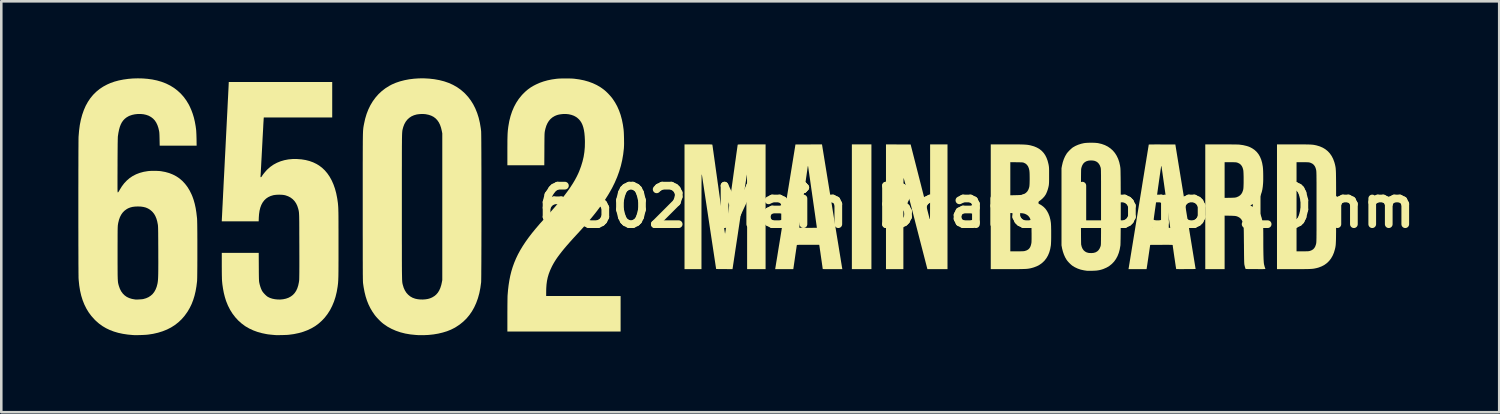
<source format=kicad_pcb>
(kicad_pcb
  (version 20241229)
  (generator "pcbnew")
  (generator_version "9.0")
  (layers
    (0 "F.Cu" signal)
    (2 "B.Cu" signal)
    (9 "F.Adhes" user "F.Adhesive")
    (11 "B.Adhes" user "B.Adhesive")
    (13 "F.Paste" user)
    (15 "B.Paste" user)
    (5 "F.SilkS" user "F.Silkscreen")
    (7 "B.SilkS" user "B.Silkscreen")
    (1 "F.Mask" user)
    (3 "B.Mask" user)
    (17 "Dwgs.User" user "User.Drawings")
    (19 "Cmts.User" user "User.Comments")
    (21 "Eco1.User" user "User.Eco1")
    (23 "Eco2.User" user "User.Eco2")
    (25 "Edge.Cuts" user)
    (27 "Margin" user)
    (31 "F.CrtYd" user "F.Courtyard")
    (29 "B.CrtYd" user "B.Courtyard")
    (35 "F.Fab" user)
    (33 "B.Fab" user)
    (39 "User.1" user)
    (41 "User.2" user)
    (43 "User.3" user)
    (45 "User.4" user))
  (footprint "6502 Main Board Logo 10mm"
    (layer "F.Cu")
    (at 34.978 4.999)
    (property "Reference" "6502 Main Board Logo 10mm" (at 0 0 0) (layer "F.SilkS") (effects (font (size 1.5 1.5) (thickness 0.3))))
    (attr board_only exclude_from_pos_files exclude_from_bom)
    (fp_poly (pts (xy -4.104 0) (xy -4.104 2.428) (xy -4.484 2.428) (xy -4.865 2.428) (xy -4.865 0) (xy -4.865 -2.428) (xy -4.484 -2.428) (xy -4.104 -2.428)) (stroke (width 0) (type solid)) (fill yes) (layer "F.SilkS"))
    (fp_poly (pts (xy -3.057 -2.426) (xy -2.577 -2.424) (xy -2.212 -0.994) (xy -2.173 -0.842) (xy -2.136 -0.694) (xy -2.099 -0.551) (xy -2.064 -0.414) (xy -2.031 -0.284) (xy -2 -0.162) (xy -1.971 -0.048) (xy -1.944 0.057) (xy -1.92 0.152) (xy -1.899 0.235) (xy -1.88 0.307) (xy -1.865 0.366) (xy -1.854 0.411) (xy -1.846 0.442) (xy -1.842 0.457) (xy -1.842 0.459) (xy -1.835 0.476) (xy -1.827 0.482) (xy -1.826 0.474) (xy -1.825 0.449) (xy -1.824 0.407) (xy -1.823 0.349) (xy -1.822 0.275) (xy -1.822 0.184) (xy -1.821 0.078) (xy -1.821 -0.044) (xy -1.82 -0.181) (xy -1.82 -0.334) (xy -1.819 -0.501) (xy -1.819 -0.684) (xy -1.819 -0.881) (xy -1.819 -0.973) (xy -1.819 -2.428) (xy -1.481 -2.428) (xy -1.142 -2.428) (xy -1.142 0) (xy -1.142 2.428) (xy -1.534 2.428) (xy -1.925 2.428) (xy -2.382 0.656) (xy -2.44 0.429) (xy -2.495 0.217) (xy -2.546 0.02) (xy -2.593 -0.161) (xy -2.636 -0.327) (xy -2.676 -0.477) (xy -2.711 -0.612) (xy -2.742 -0.731) (xy -2.77 -0.834) (xy -2.793 -0.922) (xy -2.813 -0.993) (xy -2.828 -1.048) (xy -2.839 -1.087) (xy -2.846 -1.11) (xy -2.849 -1.117) (xy -2.851 -1.114) (xy -2.852 -1.104) (xy -2.853 -1.088) (xy -2.854 -1.064) (xy -2.855 -1.032) (xy -2.855 -0.992) (xy -2.856 -0.942) (xy -2.857 -0.882) (xy -2.857 -0.812) (xy -2.858 -0.731) (xy -2.858 -0.639) (xy -2.859 -0.534) (xy -2.859 -0.417) (xy -2.859 -0.286) (xy -2.859 -0.141) (xy -2.86 0.018) (xy -2.86 0.192) (xy -2.86 0.381) (xy -2.86 0.587) (xy -2.86 0.656) (xy -2.86 2.428) (xy -3.198 2.428) (xy -3.537 2.428) (xy -3.537 -0.00007) (xy -3.537 -2.428)) (stroke (width 0) (type solid)) (fill yes) (layer "F.SilkS"))
    (fp_poly (pts (xy 12.33 -2.428) (xy 12.459 -2.428) (xy 12.572 -2.428) (xy 12.67 -2.427) (xy 12.756 -2.427) (xy 12.831 -2.426) (xy 12.895 -2.425) (xy 12.95 -2.423) (xy 12.997 -2.421) (xy 13.039 -2.418) (xy 13.075 -2.415) (xy 13.108 -2.411) (xy 13.138 -2.406) (xy 13.168 -2.4) (xy 13.198 -2.394) (xy 13.228 -2.387) (xy 13.354 -2.349) (xy 13.468 -2.299) (xy 13.572 -2.236) (xy 13.664 -2.161) (xy 13.745 -2.073) (xy 13.814 -1.973) (xy 13.872 -1.86) (xy 13.918 -1.735) (xy 13.94 -1.655) (xy 13.946 -1.63) (xy 13.951 -1.607) (xy 13.956 -1.585) (xy 13.96 -1.562) (xy 13.964 -1.538) (xy 13.968 -1.513) (xy 13.971 -1.484) (xy 13.973 -1.451) (xy 13.976 -1.415) (xy 13.978 -1.372) (xy 13.98 -1.324) (xy 13.981 -1.268) (xy 13.982 -1.205) (xy 13.983 -1.133) (xy 13.984 -1.051) (xy 13.985 -0.959) (xy 13.985 -0.856) (xy 13.986 -0.741) (xy 13.986 -0.612) (xy 13.986 -0.47) (xy 13.986 -0.314) (xy 13.986 -0.142) (xy 13.986 0) (xy 13.986 0.184) (xy 13.986 0.353) (xy 13.986 0.506) (xy 13.986 0.644) (xy 13.986 0.77) (xy 13.985 0.882) (xy 13.985 0.982) (xy 13.984 1.072) (xy 13.983 1.151) (xy 13.982 1.221) (xy 13.981 1.282) (xy 13.979 1.336) (xy 13.977 1.383) (xy 13.975 1.424) (xy 13.973 1.46) (xy 13.97 1.491) (xy 13.967 1.519) (xy 13.963 1.544) (xy 13.959 1.568) (xy 13.955 1.59) (xy 13.95 1.613) (xy 13.944 1.636) (xy 13.94 1.655) (xy 13.901 1.787) (xy 13.85 1.907) (xy 13.788 2.014) (xy 13.714 2.109) (xy 13.629 2.192) (xy 13.532 2.263) (xy 13.424 2.32) (xy 13.305 2.366) (xy 13.228 2.387) (xy 13.196 2.394) (xy 13.166 2.4) (xy 13.137 2.406) (xy 13.106 2.411) (xy 13.073 2.415) (xy 13.037 2.418) (xy 12.995 2.421) (xy 12.947 2.423) (xy 12.892 2.425) (xy 12.827 2.426) (xy 12.752 2.427) (xy 12.666 2.428) (xy 12.566 2.428) (xy 12.452 2.428) (xy 12.33 2.428) (xy 11.685 2.428) (xy 11.685 0) (xy 11.685 -1.735) (xy 12.446 -1.735) (xy 12.446 0) (xy 12.446 1.735) (xy 12.68 1.735) (xy 12.751 1.734) (xy 12.807 1.734) (xy 12.851 1.733) (xy 12.886 1.732) (xy 12.912 1.73) (xy 12.934 1.726) (xy 12.953 1.722) (xy 12.97 1.718) (xy 13.038 1.691) (xy 13.094 1.655) (xy 13.138 1.607) (xy 13.173 1.548) (xy 13.199 1.475) (xy 13.209 1.435) (xy 13.211 1.424) (xy 13.213 1.413) (xy 13.214 1.4) (xy 13.216 1.384) (xy 13.217 1.366) (xy 13.218 1.343) (xy 13.219 1.316) (xy 13.22 1.283) (xy 13.221 1.243) (xy 13.222 1.197) (xy 13.222 1.142) (xy 13.223 1.078) (xy 13.223 1.004) (xy 13.224 0.92) (xy 13.224 0.825) (xy 13.224 0.717) (xy 13.224 0.597) (xy 13.224 0.463) (xy 13.224 0.314) (xy 13.224 0.149) (xy 13.224 0) (xy 13.224 -0.178) (xy 13.224 -0.34) (xy 13.224 -0.486) (xy 13.224 -0.618) (xy 13.224 -0.736) (xy 13.224 -0.842) (xy 13.224 -0.935) (xy 13.223 -1.017) (xy 13.223 -1.089) (xy 13.222 -1.151) (xy 13.222 -1.205) (xy 13.221 -1.25) (xy 13.22 -1.289) (xy 13.219 -1.321) (xy 13.218 -1.347) (xy 13.217 -1.369) (xy 13.215 -1.387) (xy 13.214 -1.402) (xy 13.212 -1.415) (xy 13.21 -1.426) (xy 13.209 -1.435) (xy 13.187 -1.514) (xy 13.156 -1.58) (xy 13.116 -1.633) (xy 13.066 -1.675) (xy 13.004 -1.706) (xy 12.97 -1.718) (xy 12.952 -1.723) (xy 12.933 -1.727) (xy 12.911 -1.73) (xy 12.884 -1.732) (xy 12.849 -1.733) (xy 12.804 -1.734) (xy 12.747 -1.734) (xy 12.68 -1.735) (xy 12.446 -1.735) (xy 11.685 -1.735) (xy 11.685 -2.428)) (stroke (width 0) (type solid)) (fill yes) (layer "F.SilkS"))
    (fp_poly (pts (xy -5.636 -0.019) (xy -5.604 0.181) (xy -5.572 0.376) (xy -5.541 0.567) (xy -5.511 0.752) (xy -5.482 0.93) (xy -5.454 1.102) (xy -5.427 1.266) (xy -5.401 1.422) (xy -5.377 1.569) (xy -5.355 1.707) (xy -5.334 1.834) (xy -5.315 1.951) (xy -5.298 2.055) (xy -5.283 2.148) (xy -5.27 2.228) (xy -5.259 2.294) (xy -5.251 2.345) (xy -5.244 2.382) (xy -5.241 2.404) (xy -5.24 2.409) (xy -5.236 2.428) (xy -5.617 2.428) (xy -5.696 2.428) (xy -5.769 2.428) (xy -5.835 2.428) (xy -5.892 2.427) (xy -5.939 2.427) (xy -5.973 2.426) (xy -5.994 2.426) (xy -5.999 2.425) (xy -6 2.416) (xy -6.003 2.392) (xy -6.009 2.355) (xy -6.015 2.307) (xy -6.024 2.249) (xy -6.033 2.184) (xy -6.043 2.114) (xy -6.054 2.039) (xy -6.065 1.963) (xy -6.076 1.888) (xy -6.086 1.814) (xy -6.096 1.744) (xy -6.106 1.679) (xy -6.114 1.622) (xy -6.121 1.575) (xy -6.126 1.539) (xy -6.13 1.516) (xy -6.131 1.508) (xy -6.136 1.481) (xy -6.57 1.481) (xy -6.667 1.481) (xy -6.748 1.481) (xy -6.816 1.481) (xy -6.87 1.482) (xy -6.913 1.482) (xy -6.946 1.483) (xy -6.97 1.484) (xy -6.987 1.486) (xy -6.998 1.488) (xy -7.004 1.491) (xy -7.007 1.494) (xy -7.008 1.495) (xy -7.01 1.506) (xy -7.014 1.533) (xy -7.02 1.572) (xy -7.027 1.624) (xy -7.037 1.686) (xy -7.047 1.757) (xy -7.059 1.835) (xy -7.071 1.919) (xy -7.078 1.969) (xy -7.145 2.428) (xy -7.498 2.428) (xy -7.851 2.428) (xy -7.846 2.401) (xy -7.844 2.39) (xy -7.84 2.364) (xy -7.833 2.322) (xy -7.824 2.265) (xy -7.813 2.194) (xy -7.799 2.11) (xy -7.783 2.014) (xy -7.765 1.905) (xy -7.746 1.785) (xy -7.725 1.654) (xy -7.702 1.514) (xy -7.677 1.363) (xy -7.651 1.205) (xy -7.624 1.038) (xy -7.596 0.864) (xy -7.586 0.806) (xy -6.913 0.806) (xy -6.912 0.81) (xy -6.908 0.813) (xy -6.9 0.815) (xy -6.886 0.817) (xy -6.865 0.818) (xy -6.835 0.819) (xy -6.795 0.82) (xy -6.743 0.82) (xy -6.677 0.821) (xy -6.597 0.821) (xy -6.57 0.821) (xy -6.496 0.821) (xy -6.427 0.821) (xy -6.366 0.82) (xy -6.313 0.82) (xy -6.272 0.82) (xy -6.243 0.819) (xy -6.229 0.819) (xy -6.227 0.818) (xy -6.228 0.808) (xy -6.232 0.783) (xy -6.237 0.743) (xy -6.245 0.69) (xy -6.254 0.625) (xy -6.265 0.549) (xy -6.277 0.463) (xy -6.29 0.368) (xy -6.304 0.267) (xy -6.32 0.158) (xy -6.336 0.045) (xy -6.353 -0.073) (xy -6.37 -0.193) (xy -6.387 -0.315) (xy -6.405 -0.438) (xy -6.422 -0.56) (xy -6.44 -0.681) (xy -6.456 -0.799) (xy -6.473 -0.913) (xy -6.488 -1.021) (xy -6.503 -1.124) (xy -6.517 -1.219) (xy -6.529 -1.305) (xy -6.541 -1.382) (xy -6.55 -1.448) (xy -6.558 -1.502) (xy -6.564 -1.543) (xy -6.568 -1.569) (xy -6.57 -1.581) (xy -6.57 -1.581) (xy -6.579 -1.581) (xy -6.579 -1.58) (xy -6.581 -1.571) (xy -6.585 -1.547) (xy -6.591 -1.508) (xy -6.598 -1.456) (xy -6.607 -1.392) (xy -6.618 -1.317) (xy -6.63 -1.231) (xy -6.644 -1.138) (xy -6.658 -1.036) (xy -6.673 -0.928) (xy -6.689 -0.815) (xy -6.706 -0.698) (xy -6.722 -0.578) (xy -6.739 -0.456) (xy -6.757 -0.334) (xy -6.774 -0.212) (xy -6.79 -0.091) (xy -6.807 0.026) (xy -6.822 0.14) (xy -6.837 0.248) (xy -6.852 0.351) (xy -6.865 0.446) (xy -6.876 0.532) (xy -6.887 0.609) (xy -6.896 0.674) (xy -6.903 0.728) (xy -6.908 0.769) (xy -6.912 0.795) (xy -6.913 0.806) (xy -7.586 0.806) (xy -7.566 0.683) (xy -7.536 0.497) (xy -7.505 0.305) (xy -7.473 0.108) (xy -7.451 -0.025) (xy -7.061 -2.424) (xy -6.544 -2.426) (xy -6.028 -2.428)) (stroke (width 0) (type solid)) (fill yes) (layer "F.SilkS"))
    (fp_poly (pts (xy 7.173 -2.426) (xy 7.21 -2.426) (xy 7.728 -2.424) (xy 8.123 0) (xy 8.517 2.424) (xy 8.141 2.426) (xy 8.063 2.427) (xy 7.99 2.427) (xy 7.924 2.427) (xy 7.867 2.427) (xy 7.82 2.426) (xy 7.786 2.426) (xy 7.765 2.425) (xy 7.76 2.424) (xy 7.759 2.416) (xy 7.755 2.392) (xy 7.749 2.355) (xy 7.741 2.307) (xy 7.733 2.25) (xy 7.723 2.185) (xy 7.713 2.115) (xy 7.702 2.04) (xy 7.69 1.964) (xy 7.679 1.887) (xy 7.668 1.813) (xy 7.658 1.741) (xy 7.649 1.675) (xy 7.64 1.617) (xy 7.633 1.567) (xy 7.628 1.528) (xy 7.625 1.502) (xy 7.624 1.491) (xy 7.62 1.489) (xy 7.61 1.487) (xy 7.591 1.485) (xy 7.564 1.484) (xy 7.525 1.483) (xy 7.475 1.482) (xy 7.412 1.482) (xy 7.335 1.482) (xy 7.243 1.482) (xy 7.186 1.483) (xy 6.748 1.485) (xy 6.679 1.954) (xy 6.666 2.042) (xy 6.654 2.123) (xy 6.643 2.199) (xy 6.633 2.266) (xy 6.624 2.323) (xy 6.617 2.369) (xy 6.612 2.403) (xy 6.609 2.422) (xy 6.609 2.426) (xy 6.6 2.427) (xy 6.577 2.427) (xy 6.54 2.427) (xy 6.492 2.428) (xy 6.433 2.428) (xy 6.367 2.428) (xy 6.294 2.428) (xy 6.256 2.428) (xy 5.904 2.428) (xy 5.909 2.401) (xy 5.911 2.389) (xy 5.916 2.36) (xy 5.923 2.318) (xy 5.932 2.26) (xy 5.944 2.19) (xy 5.957 2.107) (xy 5.973 2.013) (xy 5.99 1.907) (xy 6.009 1.792) (xy 6.029 1.667) (xy 6.051 1.534) (xy 6.074 1.393) (xy 6.098 1.245) (xy 6.123 1.091) (xy 6.149 0.932) (xy 6.169 0.81) (xy 6.839 0.81) (xy 6.842 0.813) (xy 6.849 0.815) (xy 6.862 0.817) (xy 6.882 0.818) (xy 6.911 0.819) (xy 6.95 0.82) (xy 7.001 0.82) (xy 7.065 0.821) (xy 7.144 0.821) (xy 7.183 0.821) (xy 7.531 0.821) (xy 7.526 0.802) (xy 7.525 0.791) (xy 7.521 0.765) (xy 7.515 0.724) (xy 7.507 0.669) (xy 7.497 0.601) (xy 7.486 0.521) (xy 7.473 0.43) (xy 7.459 0.33) (xy 7.443 0.22) (xy 7.426 0.102) (xy 7.409 -0.023) (xy 7.39 -0.154) (xy 7.371 -0.29) (xy 7.356 -0.398) (xy 7.336 -0.537) (xy 7.317 -0.672) (xy 7.299 -0.801) (xy 7.282 -0.923) (xy 7.265 -1.038) (xy 7.25 -1.145) (xy 7.236 -1.242) (xy 7.224 -1.329) (xy 7.213 -1.405) (xy 7.203 -1.468) (xy 7.196 -1.519) (xy 7.191 -1.555) (xy 7.187 -1.576) (xy 7.186 -1.582) (xy 7.179 -1.58) (xy 7.176 -1.577) (xy 7.174 -1.568) (xy 7.17 -1.543) (xy 7.164 -1.503) (xy 7.156 -1.45) (xy 7.146 -1.383) (xy 7.135 -1.304) (xy 7.122 -1.215) (xy 7.108 -1.115) (xy 7.092 -1.006) (xy 7.076 -0.889) (xy 7.058 -0.764) (xy 7.04 -0.634) (xy 7.021 -0.498) (xy 7.006 -0.389) (xy 6.987 -0.25) (xy 6.969 -0.115) (xy 6.951 0.015) (xy 6.933 0.138) (xy 6.917 0.254) (xy 6.902 0.361) (xy 6.889 0.46) (xy 6.876 0.548) (xy 6.866 0.624) (xy 6.857 0.689) (xy 6.849 0.74) (xy 6.844 0.777) (xy 6.841 0.8) (xy 6.84 0.806) (xy 6.839 0.81) (xy 6.169 0.81) (xy 6.175 0.768) (xy 6.203 0.601) (xy 6.23 0.43) (xy 6.258 0.258) (xy 6.286 0.085) (xy 6.315 -0.089) (xy 6.343 -0.263) (xy 6.371 -0.435) (xy 6.399 -0.605) (xy 6.426 -0.773) (xy 6.452 -0.937) (xy 6.478 -1.097) (xy 6.503 -1.251) (xy 6.527 -1.399) (xy 6.55 -1.541) (xy 6.572 -1.675) (xy 6.593 -1.801) (xy 6.611 -1.917) (xy 6.629 -2.023) (xy 6.644 -2.119) (xy 6.658 -2.203) (xy 6.669 -2.274) (xy 6.679 -2.332) (xy 6.686 -2.377) (xy 6.69 -2.406) (xy 6.693 -2.42) (xy 6.693 -2.42) (xy 6.701 -2.422) (xy 6.726 -2.424) (xy 6.766 -2.425) (xy 6.82 -2.426) (xy 6.889 -2.426) (xy 6.971 -2.427) (xy 7.066 -2.427)) (stroke (width 0) (type solid)) (fill yes) (layer "F.SilkS"))
    (fp_poly (pts (xy -10.73 -2.428) (xy -10.637 -2.428) (xy -10.558 -2.428) (xy -10.492 -2.428) (xy -10.439 -2.427) (xy -10.396 -2.427) (xy -10.362 -2.426) (xy -10.337 -2.424) (xy -10.32 -2.423) (xy -10.308 -2.421) (xy -10.3 -2.419) (xy -10.297 -2.416) (xy -10.295 -2.414) (xy -10.294 -2.404) (xy -10.29 -2.378) (xy -10.284 -2.337) (xy -10.276 -2.282) (xy -10.267 -2.213) (xy -10.255 -2.132) (xy -10.242 -2.038) (xy -10.227 -1.933) (xy -10.211 -1.818) (xy -10.193 -1.693) (xy -10.175 -1.559) (xy -10.155 -1.417) (xy -10.134 -1.268) (xy -10.112 -1.112) (xy -10.09 -0.951) (xy -10.066 -0.785) (xy -10.051 -0.675) (xy -10.026 -0.496) (xy -10.002 -0.324) (xy -9.979 -0.159) (xy -9.956 -0.001) (xy -9.935 0.148) (xy -9.915 0.289) (xy -9.897 0.42) (xy -9.879 0.54) (xy -9.863 0.649) (xy -9.849 0.747) (xy -9.837 0.832) (xy -9.826 0.905) (xy -9.817 0.963) (xy -9.81 1.007) (xy -9.805 1.036) (xy -9.802 1.048) (xy -9.802 1.049) (xy -9.8 1.041) (xy -9.796 1.017) (xy -9.79 0.977) (xy -9.781 0.922) (xy -9.771 0.854) (xy -9.759 0.772) (xy -9.745 0.678) (xy -9.73 0.572) (xy -9.713 0.454) (xy -9.695 0.326) (xy -9.675 0.188) (xy -9.654 0.041) (xy -9.632 -0.114) (xy -9.609 -0.278) (xy -9.585 -0.448) (xy -9.561 -0.625) (xy -9.554 -0.675) (xy -9.53 -0.844) (xy -9.507 -1.008) (xy -9.485 -1.168) (xy -9.464 -1.321) (xy -9.443 -1.468) (xy -9.424 -1.607) (xy -9.406 -1.738) (xy -9.388 -1.859) (xy -9.373 -1.971) (xy -9.359 -2.072) (xy -9.346 -2.162) (xy -9.335 -2.239) (xy -9.326 -2.303) (xy -9.319 -2.353) (xy -9.314 -2.389) (xy -9.311 -2.409) (xy -9.31 -2.414) (xy -9.308 -2.416) (xy -9.305 -2.419) (xy -9.297 -2.421) (xy -9.285 -2.423) (xy -9.267 -2.424) (xy -9.242 -2.426) (xy -9.208 -2.427) (xy -9.165 -2.427) (xy -9.111 -2.428) (xy -9.045 -2.428) (xy -8.966 -2.428) (xy -8.872 -2.428) (xy -8.765 -2.428) (xy -8.224 -2.428) (xy -8.224 0) (xy -8.224 2.428) (xy -8.584 2.428) (xy -8.943 2.428) (xy -8.943 0.588) (xy -8.943 0.413) (xy -8.943 0.242) (xy -8.944 0.077) (xy -8.944 -0.082) (xy -8.944 -0.235) (xy -8.944 -0.38) (xy -8.945 -0.516) (xy -8.945 -0.644) (xy -8.945 -0.761) (xy -8.946 -0.868) (xy -8.946 -0.963) (xy -8.947 -1.046) (xy -8.947 -1.117) (xy -8.948 -1.173) (xy -8.949 -1.215) (xy -8.949 -1.242) (xy -8.95 -1.252) (xy -8.95 -1.252) (xy -8.952 -1.244) (xy -8.956 -1.22) (xy -8.963 -1.18) (xy -8.971 -1.126) (xy -8.982 -1.059) (xy -8.995 -0.978) (xy -9.009 -0.886) (xy -9.025 -0.782) (xy -9.043 -0.667) (xy -9.062 -0.542) (xy -9.083 -0.408) (xy -9.104 -0.266) (xy -9.127 -0.116) (xy -9.151 0.04) (xy -9.175 0.203) (xy -9.201 0.371) (xy -9.227 0.544) (xy -9.23 0.565) (xy -9.256 0.738) (xy -9.282 0.907) (xy -9.306 1.072) (xy -9.33 1.23) (xy -9.353 1.381) (xy -9.375 1.526) (xy -9.396 1.662) (xy -9.415 1.789) (xy -9.432 1.907) (xy -9.449 2.014) (xy -9.463 2.109) (xy -9.476 2.193) (xy -9.487 2.264) (xy -9.495 2.322) (xy -9.502 2.365) (xy -9.506 2.393) (xy -9.508 2.405) (xy -9.508 2.405) (xy -9.512 2.429) (xy -9.831 2.426) (xy -10.149 2.424) (xy -10.426 0.592) (xy -10.452 0.418) (xy -10.477 0.249) (xy -10.502 0.085) (xy -10.526 -0.074) (xy -10.549 -0.225) (xy -10.571 -0.37) (xy -10.591 -0.506) (xy -10.611 -0.633) (xy -10.628 -0.75) (xy -10.644 -0.857) (xy -10.659 -0.952) (xy -10.671 -1.035) (xy -10.682 -1.106) (xy -10.69 -1.163) (xy -10.697 -1.206) (xy -10.701 -1.234) (xy -10.703 -1.245) (xy -10.703 -1.246) (xy -10.71 -1.252) (xy -10.712 -1.252) (xy -10.713 -1.244) (xy -10.714 -1.218) (xy -10.715 -1.176) (xy -10.716 -1.117) (xy -10.716 -1.041) (xy -10.717 -0.949) (xy -10.718 -0.839) (xy -10.718 -0.713) (xy -10.719 -0.571) (xy -10.719 -0.411) (xy -10.72 -0.235) (xy -10.72 -0.043) (xy -10.72 0.166) (xy -10.72 0.392) (xy -10.72 0.588) (xy -10.72 2.428) (xy -11.05 2.428) (xy -11.38 2.428) (xy -11.38 0) (xy -11.38 -2.428) (xy -10.84 -2.428)) (stroke (width 0) (type solid)) (fill yes) (layer "F.SilkS"))
    (fp_poly (pts (xy 9.633 -2.428) (xy 9.745 -2.428) (xy 9.848 -2.427) (xy 9.942 -2.426) (xy 10.024 -2.425) (xy 10.094 -2.424) (xy 10.151 -2.423) (xy 10.194 -2.421) (xy 10.221 -2.42) (xy 10.222 -2.419) (xy 10.366 -2.399) (xy 10.498 -2.368) (xy 10.616 -2.327) (xy 10.721 -2.274) (xy 10.814 -2.21) (xy 10.896 -2.134) (xy 10.965 -2.047) (xy 11.023 -1.947) (xy 11.07 -1.835) (xy 11.106 -1.711) (xy 11.131 -1.573) (xy 11.134 -1.548) (xy 11.139 -1.501) (xy 11.143 -1.441) (xy 11.146 -1.37) (xy 11.148 -1.292) (xy 11.149 -1.211) (xy 11.149 -1.129) (xy 11.149 -1.05) (xy 11.147 -0.978) (xy 11.144 -0.92) (xy 11.133 -0.791) (xy 11.116 -0.676) (xy 11.092 -0.573) (xy 11.06 -0.479) (xy 11.021 -0.393) (xy 11.006 -0.366) (xy 10.961 -0.298) (xy 10.904 -0.232) (xy 10.839 -0.172) (xy 10.771 -0.12) (xy 10.702 -0.081) (xy 10.691 -0.076) (xy 10.665 -0.062) (xy 10.654 -0.051) (xy 10.659 -0.041) (xy 10.676 -0.033) (xy 10.764 0.008) (xy 10.841 0.055) (xy 10.908 0.109) (xy 10.966 0.173) (xy 11.014 0.247) (xy 11.055 0.333) (xy 11.088 0.431) (xy 11.114 0.542) (xy 11.135 0.669) (xy 11.138 0.696) (xy 11.141 0.723) (xy 11.144 0.754) (xy 11.146 0.79) (xy 11.148 0.833) (xy 11.149 0.885) (xy 11.15 0.946) (xy 11.151 1.018) (xy 11.151 1.103) (xy 11.152 1.202) (xy 11.152 1.296) (xy 11.152 1.462) (xy 11.153 1.612) (xy 11.155 1.745) (xy 11.157 1.863) (xy 11.16 1.965) (xy 11.163 2.052) (xy 11.168 2.125) (xy 11.172 2.183) (xy 11.178 2.227) (xy 11.181 2.244) (xy 11.202 2.326) (xy 11.229 2.406) (xy 11.232 2.414) (xy 11.233 2.417) (xy 11.231 2.42) (xy 11.225 2.422) (xy 11.213 2.424) (xy 11.195 2.425) (xy 11.168 2.426) (xy 11.131 2.427) (xy 11.084 2.427) (xy 11.023 2.427) (xy 10.949 2.427) (xy 10.859 2.426) (xy 10.851 2.426) (xy 10.464 2.424) (xy 10.452 2.39) (xy 10.444 2.366) (xy 10.434 2.332) (xy 10.425 2.294) (xy 10.422 2.284) (xy 10.419 2.271) (xy 10.416 2.257) (xy 10.414 2.242) (xy 10.412 2.224) (xy 10.41 2.202) (xy 10.409 2.175) (xy 10.407 2.142) (xy 10.406 2.101) (xy 10.405 2.052) (xy 10.404 1.993) (xy 10.403 1.923) (xy 10.402 1.841) (xy 10.401 1.746) (xy 10.4 1.636) (xy 10.399 1.51) (xy 10.399 1.502) (xy 10.397 1.372) (xy 10.396 1.257) (xy 10.395 1.157) (xy 10.394 1.071) (xy 10.393 0.997) (xy 10.392 0.935) (xy 10.39 0.882) (xy 10.389 0.839) (xy 10.387 0.804) (xy 10.385 0.775) (xy 10.383 0.752) (xy 10.381 0.733) (xy 10.379 0.719) (xy 10.359 0.634) (xy 10.335 0.563) (xy 10.305 0.505) (xy 10.268 0.459) (xy 10.224 0.423) (xy 10.21 0.414) (xy 10.177 0.396) (xy 10.147 0.382) (xy 10.116 0.371) (xy 10.082 0.363) (xy 10.042 0.357) (xy 9.994 0.354) (xy 9.934 0.351) (xy 9.86 0.349) (xy 9.851 0.349) (xy 9.646 0.345) (xy 9.646 1.387) (xy 9.646 2.428) (xy 9.269 2.428) (xy 8.893 2.428) (xy 8.893 0) (xy 8.893 -1.735) (xy 9.646 -1.735) (xy 9.646 -1.04) (xy 9.646 -0.345) (xy 9.851 -0.349) (xy 9.917 -0.35) (xy 9.969 -0.352) (xy 10.01 -0.354) (xy 10.041 -0.356) (xy 10.066 -0.36) (xy 10.087 -0.364) (xy 10.107 -0.369) (xy 10.112 -0.371) (xy 10.185 -0.402) (xy 10.246 -0.443) (xy 10.295 -0.495) (xy 10.334 -0.56) (xy 10.362 -0.638) (xy 10.37 -0.669) (xy 10.375 -0.698) (xy 10.379 -0.742) (xy 10.382 -0.797) (xy 10.384 -0.861) (xy 10.386 -0.932) (xy 10.386 -1.007) (xy 10.386 -1.084) (xy 10.386 -1.159) (xy 10.384 -1.231) (xy 10.382 -1.297) (xy 10.379 -1.354) (xy 10.376 -1.399) (xy 10.371 -1.431) (xy 10.371 -1.433) (xy 10.349 -1.514) (xy 10.318 -1.58) (xy 10.279 -1.633) (xy 10.23 -1.675) (xy 10.17 -1.706) (xy 10.138 -1.718) (xy 10.119 -1.723) (xy 10.1 -1.727) (xy 10.078 -1.73) (xy 10.05 -1.732) (xy 10.014 -1.733) (xy 9.968 -1.734) (xy 9.908 -1.734) (xy 9.865 -1.735) (xy 9.646 -1.735) (xy 8.893 -1.735) (xy 8.893 -2.428) (xy 9.514 -2.428)) (stroke (width 0) (type solid)) (fill yes) (layer "F.SilkS"))
    (fp_poly (pts (xy 1.311 -2.428) (xy 1.428 -2.428) (xy 1.53 -2.428) (xy 1.62 -2.427) (xy 1.698 -2.426) (xy 1.765 -2.424) (xy 1.824 -2.422) (xy 1.875 -2.419) (xy 1.919 -2.416) (xy 1.958 -2.412) (xy 1.994 -2.408) (xy 2.027 -2.402) (xy 2.059 -2.396) (xy 2.091 -2.389) (xy 2.103 -2.386) (xy 2.227 -2.351) (xy 2.338 -2.304) (xy 2.436 -2.248) (xy 2.522 -2.18) (xy 2.597 -2.1) (xy 2.661 -2.009) (xy 2.714 -1.904) (xy 2.757 -1.787) (xy 2.79 -1.656) (xy 2.794 -1.634) (xy 2.799 -1.607) (xy 2.803 -1.582) (xy 2.806 -1.557) (xy 2.809 -1.528) (xy 2.811 -1.495) (xy 2.812 -1.455) (xy 2.813 -1.406) (xy 2.813 -1.346) (xy 2.813 -1.272) (xy 2.813 -1.218) (xy 2.813 -1.133) (xy 2.813 -1.062) (xy 2.812 -1.004) (xy 2.811 -0.956) (xy 2.809 -0.918) (xy 2.807 -0.886) (xy 2.804 -0.858) (xy 2.801 -0.833) (xy 2.798 -0.816) (xy 2.781 -0.741) (xy 2.759 -0.663) (xy 2.732 -0.587) (xy 2.703 -0.519) (xy 2.682 -0.477) (xy 2.632 -0.403) (xy 2.568 -0.332) (xy 2.495 -0.267) (xy 2.417 -0.212) (xy 2.358 -0.181) (xy 2.339 -0.17) (xy 2.329 -0.161) (xy 2.329 -0.159) (xy 2.337 -0.153) (xy 2.357 -0.142) (xy 2.386 -0.128) (xy 2.399 -0.122) (xy 2.499 -0.07) (xy 2.587 -0.005) (xy 2.665 0.072) (xy 2.731 0.163) (xy 2.786 0.266) (xy 2.831 0.381) (xy 2.864 0.51) (xy 2.881 0.615) (xy 2.885 0.655) (xy 2.888 0.708) (xy 2.891 0.774) (xy 2.892 0.849) (xy 2.894 0.93) (xy 2.894 1.015) (xy 2.894 1.102) (xy 2.894 1.187) (xy 2.893 1.269) (xy 2.891 1.344) (xy 2.888 1.411) (xy 2.885 1.466) (xy 2.881 1.506) (xy 2.881 1.509) (xy 2.856 1.649) (xy 2.819 1.778) (xy 2.77 1.896) (xy 2.709 2.001) (xy 2.637 2.095) (xy 2.615 2.118) (xy 2.531 2.196) (xy 2.438 2.261) (xy 2.336 2.315) (xy 2.222 2.359) (xy 2.143 2.382) (xy 2.111 2.39) (xy 2.081 2.397) (xy 2.051 2.403) (xy 2.019 2.408) (xy 1.985 2.413) (xy 1.947 2.417) (xy 1.904 2.42) (xy 1.854 2.422) (xy 1.797 2.424) (xy 1.73 2.426) (xy 1.654 2.427) (xy 1.566 2.428) (xy 1.465 2.428) (xy 1.349 2.428) (xy 1.219 2.428) (xy 1.2 2.428) (xy 0.542 2.428) (xy 0.542 0.245) (xy 1.303 0.245) (xy 1.303 0.99) (xy 1.303 1.735) (xy 1.562 1.735) (xy 1.64 1.734) (xy 1.704 1.734) (xy 1.754 1.733) (xy 1.794 1.731) (xy 1.825 1.729) (xy 1.849 1.726) (xy 1.868 1.722) (xy 1.872 1.721) (xy 1.942 1.697) (xy 1.999 1.664) (xy 2.044 1.62) (xy 2.079 1.565) (xy 2.105 1.496) (xy 2.119 1.436) (xy 2.123 1.416) (xy 2.126 1.393) (xy 2.128 1.367) (xy 2.129 1.336) (xy 2.13 1.297) (xy 2.131 1.25) (xy 2.131 1.191) (xy 2.131 1.121) (xy 2.131 1.035) (xy 2.13 0.992) (xy 2.129 0.902) (xy 2.129 0.828) (xy 2.128 0.767) (xy 2.127 0.718) (xy 2.125 0.678) (xy 2.124 0.647) (xy 2.122 0.622) (xy 2.119 0.601) (xy 2.116 0.584) (xy 2.112 0.568) (xy 2.109 0.557) (xy 2.082 0.477) (xy 2.048 0.412) (xy 2.006 0.359) (xy 1.955 0.318) (xy 1.916 0.296) (xy 1.886 0.282) (xy 1.855 0.27) (xy 1.822 0.262) (xy 1.785 0.255) (xy 1.74 0.251) (xy 1.687 0.248) (xy 1.621 0.246) (xy 1.541 0.246) (xy 1.525 0.246) (xy 1.303 0.245) (xy 0.542 0.245) (xy 0.542 0) (xy 0.542 -1.736) (xy 1.303 -1.736) (xy 1.303 -1.091) (xy 1.303 -0.446) (xy 1.508 -0.451) (xy 1.584 -0.453) (xy 1.644 -0.455) (xy 1.691 -0.458) (xy 1.728 -0.462) (xy 1.755 -0.467) (xy 1.763 -0.469) (xy 1.84 -0.497) (xy 1.905 -0.537) (xy 1.958 -0.588) (xy 1.999 -0.651) (xy 2.029 -0.727) (xy 2.043 -0.78) (xy 2.047 -0.812) (xy 2.051 -0.857) (xy 2.054 -0.914) (xy 2.055 -0.978) (xy 2.057 -1.048) (xy 2.057 -1.12) (xy 2.056 -1.191) (xy 2.055 -1.258) (xy 2.053 -1.319) (xy 2.049 -1.37) (xy 2.045 -1.409) (xy 2.044 -1.417) (xy 2.023 -1.502) (xy 1.993 -1.573) (xy 1.952 -1.631) (xy 1.901 -1.677) (xy 1.839 -1.71) (xy 1.837 -1.711) (xy 1.822 -1.716) (xy 1.808 -1.721) (xy 1.791 -1.724) (xy 1.769 -1.727) (xy 1.741 -1.729) (xy 1.705 -1.73) (xy 1.657 -1.731) (xy 1.596 -1.732) (xy 1.546 -1.733) (xy 1.303 -1.736) (xy 0.542 -1.736) (xy 0.542 -2.428) (xy 1.178 -2.428)) (stroke (width 0) (type solid)) (fill yes) (layer "F.SilkS"))
    (fp_poly (pts (xy -15.906 -4.995) (xy -15.83 -4.993) (xy -15.762 -4.991) (xy -15.706 -4.987) (xy -15.678 -4.985) (xy -15.478 -4.958) (xy -15.29 -4.92) (xy -15.114 -4.87) (xy -14.949 -4.809) (xy -14.795 -4.737) (xy -14.651 -4.653) (xy -14.517 -4.557) (xy -14.498 -4.541) (xy -14.442 -4.493) (xy -14.382 -4.435) (xy -14.32 -4.371) (xy -14.261 -4.306) (xy -14.208 -4.243) (xy -14.18 -4.205) (xy -14.084 -4.061) (xy -14 -3.908) (xy -13.928 -3.746) (xy -13.867 -3.573) (xy -13.817 -3.389) (xy -13.778 -3.193) (xy -13.753 -3.016) (xy -13.748 -2.962) (xy -13.743 -2.894) (xy -13.74 -2.816) (xy -13.737 -2.732) (xy -13.735 -2.645) (xy -13.734 -2.557) (xy -13.733 -2.474) (xy -13.734 -2.397) (xy -13.737 -2.33) (xy -13.74 -2.276) (xy -13.74 -2.274) (xy -13.767 -2.042) (xy -13.806 -1.815) (xy -13.858 -1.592) (xy -13.924 -1.373) (xy -14.003 -1.155) (xy -14.097 -0.938) (xy -14.205 -0.72) (xy -14.329 -0.502) (xy -14.467 -0.282) (xy -14.622 -0.058) (xy -14.648 -0.022) (xy -14.732 0.09) (xy -14.816 0.201) (xy -14.904 0.312) (xy -14.994 0.423) (xy -15.09 0.538) (xy -15.193 0.657) (xy -15.303 0.782) (xy -15.423 0.915) (xy -15.553 1.057) (xy -15.594 1.101) (xy -15.729 1.248) (xy -15.852 1.385) (xy -15.964 1.513) (xy -16.065 1.632) (xy -16.156 1.744) (xy -16.238 1.85) (xy -16.312 1.949) (xy -16.378 2.044) (xy -16.436 2.135) (xy -16.488 2.223) (xy -16.534 2.309) (xy -16.549 2.339) (xy -16.613 2.478) (xy -16.665 2.614) (xy -16.705 2.749) (xy -16.734 2.887) (xy -16.753 3.031) (xy -16.763 3.185) (xy -16.765 3.283) (xy -16.766 3.473) (xy -15.317 3.475) (xy -13.868 3.478) (xy -13.868 4.167) (xy -13.868 4.857) (xy -16.072 4.857) (xy -18.276 4.857) (xy -18.276 4.211) (xy -18.276 4.105) (xy -18.275 4) (xy -18.275 3.9) (xy -18.274 3.805) (xy -18.273 3.717) (xy -18.272 3.638) (xy -18.271 3.569) (xy -18.27 3.512) (xy -18.269 3.47) (xy -18.267 3.444) (xy -18.251 3.243) (xy -18.228 3.051) (xy -18.199 2.866) (xy -18.164 2.688) (xy -18.121 2.515) (xy -18.07 2.347) (xy -18.01 2.181) (xy -17.942 2.018) (xy -17.864 1.855) (xy -17.776 1.693) (xy -17.678 1.53) (xy -17.568 1.364) (xy -17.447 1.195) (xy -17.314 1.022) (xy -17.168 0.844) (xy -17.01 0.659) (xy -16.837 0.467) (xy -16.773 0.397) (xy -16.599 0.207) (xy -16.439 0.025) (xy -16.291 -0.147) (xy -16.156 -0.312) (xy -16.032 -0.47) (xy -15.92 -0.62) (xy -15.819 -0.765) (xy -15.729 -0.904) (xy -15.649 -1.038) (xy -15.579 -1.168) (xy -15.518 -1.294) (xy -15.479 -1.384) (xy -15.408 -1.575) (xy -15.351 -1.761) (xy -15.307 -1.946) (xy -15.278 -2.132) (xy -15.261 -2.324) (xy -15.257 -2.523) (xy -15.258 -2.585) (xy -15.265 -2.733) (xy -15.277 -2.867) (xy -15.296 -2.987) (xy -15.321 -3.093) (xy -15.353 -3.188) (xy -15.392 -3.271) (xy -15.439 -3.344) (xy -15.494 -3.408) (xy -15.557 -3.464) (xy -15.6 -3.495) (xy -15.686 -3.542) (xy -15.783 -3.577) (xy -15.888 -3.601) (xy -15.999 -3.612) (xy -16.114 -3.61) (xy -16.203 -3.6) (xy -16.27 -3.589) (xy -16.327 -3.574) (xy -16.379 -3.556) (xy -16.432 -3.532) (xy -16.441 -3.528) (xy -16.525 -3.477) (xy -16.598 -3.415) (xy -16.661 -3.341) (xy -16.715 -3.254) (xy -16.76 -3.154) (xy -16.795 -3.04) (xy -16.814 -2.957) (xy -16.817 -2.939) (xy -16.82 -2.921) (xy -16.823 -2.903) (xy -16.825 -2.882) (xy -16.827 -2.858) (xy -16.829 -2.829) (xy -16.83 -2.794) (xy -16.831 -2.751) (xy -16.832 -2.7) (xy -16.833 -2.638) (xy -16.833 -2.566) (xy -16.834 -2.48) (xy -16.835 -2.381) (xy -16.835 -2.266) (xy -16.835 -2.24) (xy -16.839 -1.616) (xy -17.557 -1.616) (xy -18.276 -1.616) (xy -18.276 -2.185) (xy -18.276 -2.314) (xy -18.275 -2.428) (xy -18.275 -2.528) (xy -18.274 -2.616) (xy -18.272 -2.693) (xy -18.27 -2.762) (xy -18.268 -2.824) (xy -18.265 -2.879) (xy -18.261 -2.931) (xy -18.257 -2.981) (xy -18.251 -3.029) (xy -18.245 -3.079) (xy -18.238 -3.13) (xy -18.237 -3.135) (xy -18.201 -3.34) (xy -18.152 -3.533) (xy -18.091 -3.716) (xy -18.017 -3.888) (xy -17.932 -4.047) (xy -17.834 -4.196) (xy -17.724 -4.332) (xy -17.675 -4.386) (xy -17.575 -4.484) (xy -17.475 -4.569) (xy -17.372 -4.643) (xy -17.26 -4.71) (xy -17.157 -4.763) (xy -17.013 -4.827) (xy -16.865 -4.879) (xy -16.71 -4.922) (xy -16.545 -4.956) (xy -16.369 -4.981) (xy -16.33 -4.985) (xy -16.28 -4.989) (xy -16.218 -4.992) (xy -16.146 -4.994) (xy -16.068 -4.995) (xy -15.987 -4.995)) (stroke (width 0) (type solid)) (fill yes) (layer "F.SilkS"))
    (fp_poly (pts (xy 4.509 -2.492) (xy 4.584 -2.49) (xy 4.651 -2.485) (xy 4.708 -2.479) (xy 4.725 -2.476) (xy 4.861 -2.444) (xy 4.986 -2.399) (xy 5.101 -2.341) (xy 5.203 -2.27) (xy 5.295 -2.188) (xy 5.375 -2.093) (xy 5.443 -1.986) (xy 5.5 -1.867) (xy 5.544 -1.737) (xy 5.576 -1.595) (xy 5.588 -1.512) (xy 5.59 -1.489) (xy 5.592 -1.449) (xy 5.594 -1.395) (xy 5.595 -1.327) (xy 5.596 -1.247) (xy 5.598 -1.156) (xy 5.599 -1.054) (xy 5.6 -0.944) (xy 5.6 -0.825) (xy 5.601 -0.7) (xy 5.602 -0.569) (xy 5.602 -0.433) (xy 5.603 -0.294) (xy 5.603 -0.152) (xy 5.603 -0.01) (xy 5.603 0.133) (xy 5.603 0.275) (xy 5.602 0.414) (xy 5.602 0.55) (xy 5.601 0.682) (xy 5.601 0.808) (xy 5.6 0.928) (xy 5.599 1.04) (xy 5.598 1.143) (xy 5.597 1.236) (xy 5.595 1.317) (xy 5.594 1.387) (xy 5.592 1.443) (xy 5.591 1.484) (xy 5.589 1.51) (xy 5.588 1.512) (xy 5.563 1.66) (xy 5.526 1.796) (xy 5.477 1.921) (xy 5.415 2.034) (xy 5.342 2.136) (xy 5.257 2.225) (xy 5.161 2.302) (xy 5.053 2.367) (xy 4.934 2.419) (xy 4.898 2.432) (xy 4.837 2.451) (xy 4.779 2.465) (xy 4.721 2.476) (xy 4.659 2.484) (xy 4.589 2.489) (xy 4.507 2.492) (xy 4.472 2.492) (xy 4.417 2.493) (xy 4.367 2.493) (xy 4.325 2.493) (xy 4.294 2.492) (xy 4.275 2.491) (xy 4.273 2.491) (xy 4.256 2.488) (xy 4.226 2.483) (xy 4.19 2.478) (xy 4.167 2.474) (xy 4.046 2.448) (xy 3.927 2.407) (xy 3.814 2.354) (xy 3.725 2.3) (xy 3.682 2.266) (xy 3.633 2.222) (xy 3.584 2.173) (xy 3.539 2.123) (xy 3.502 2.076) (xy 3.495 2.066) (xy 3.44 1.973) (xy 3.392 1.867) (xy 3.352 1.752) (xy 3.32 1.629) (xy 3.315 1.601) (xy 3.296 1.502) (xy 3.296 0) (xy 4.053 0) (xy 4.053 0.211) (xy 4.053 0.405) (xy 4.053 0.583) (xy 4.054 0.744) (xy 4.054 0.889) (xy 4.055 1.017) (xy 4.055 1.13) (xy 4.056 1.226) (xy 4.057 1.307) (xy 4.058 1.372) (xy 4.059 1.422) (xy 4.06 1.456) (xy 4.061 1.475) (xy 4.062 1.477) (xy 4.084 1.563) (xy 4.116 1.636) (xy 4.159 1.696) (xy 4.213 1.743) (xy 4.276 1.777) (xy 4.349 1.797) (xy 4.38 1.8) (xy 4.465 1.803) (xy 4.543 1.796) (xy 4.61 1.778) (xy 4.63 1.77) (xy 4.69 1.735) (xy 4.739 1.688) (xy 4.779 1.628) (xy 4.811 1.554) (xy 4.821 1.521) (xy 4.823 1.514) (xy 4.824 1.505) (xy 4.826 1.493) (xy 4.827 1.479) (xy 4.829 1.461) (xy 4.83 1.439) (xy 4.831 1.411) (xy 4.831 1.377) (xy 4.832 1.336) (xy 4.833 1.288) (xy 4.833 1.231) (xy 4.834 1.165) (xy 4.834 1.089) (xy 4.835 1.003) (xy 4.835 0.905) (xy 4.835 0.795) (xy 4.835 0.672) (xy 4.835 0.536) (xy 4.835 0.384) (xy 4.835 0.218) (xy 4.835 0.035) (xy 4.835 0) (xy 4.835 -0.185) (xy 4.835 -0.355) (xy 4.835 -0.509) (xy 4.835 -0.648) (xy 4.835 -0.774) (xy 4.835 -0.886) (xy 4.835 -0.986) (xy 4.834 -1.074) (xy 4.834 -1.152) (xy 4.834 -1.22) (xy 4.833 -1.278) (xy 4.832 -1.328) (xy 4.832 -1.37) (xy 4.831 -1.405) (xy 4.83 -1.434) (xy 4.829 -1.457) (xy 4.827 -1.476) (xy 4.826 -1.491) (xy 4.825 -1.503) (xy 4.823 -1.512) (xy 4.821 -1.52) (xy 4.821 -1.521) (xy 4.792 -1.603) (xy 4.753 -1.67) (xy 4.704 -1.724) (xy 4.646 -1.763) (xy 4.578 -1.789) (xy 4.513 -1.8) (xy 4.418 -1.803) (xy 4.335 -1.793) (xy 4.262 -1.77) (xy 4.2 -1.734) (xy 4.149 -1.685) (xy 4.109 -1.623) (xy 4.079 -1.548) (xy 4.062 -1.477) (xy 4.06 -1.462) (xy 4.059 -1.431) (xy 4.058 -1.385) (xy 4.057 -1.324) (xy 4.056 -1.247) (xy 4.055 -1.155) (xy 4.055 -1.046) (xy 4.054 -0.922) (xy 4.054 -0.781) (xy 4.053 -0.624) (xy 4.053 -0.45) (xy 4.053 -0.26) (xy 4.053 -0.053) (xy 4.053 0) (xy 3.296 0) (xy 3.296 -1.502) (xy 3.315 -1.601) (xy 3.345 -1.73) (xy 3.386 -1.853) (xy 3.436 -1.965) (xy 3.494 -2.064) (xy 3.497 -2.069) (xy 3.523 -2.103) (xy 3.558 -2.143) (xy 3.598 -2.186) (xy 3.641 -2.228) (xy 3.683 -2.266) (xy 3.72 -2.297) (xy 3.741 -2.312) (xy 3.837 -2.367) (xy 3.945 -2.414) (xy 4.059 -2.451) (xy 4.167 -2.476) (xy 4.218 -2.483) (xy 4.282 -2.488) (xy 4.354 -2.491) (xy 4.431 -2.493)) (stroke (width 0) (type solid)) (fill yes) (layer "F.SilkS"))
    (fp_poly (pts (xy -21.32 -4.988) (xy -21.123 -4.966) (xy -20.925 -4.93) (xy -20.737 -4.882) (xy -20.561 -4.821) (xy -20.396 -4.747) (xy -20.241 -4.66) (xy -20.098 -4.56) (xy -19.965 -4.447) (xy -19.921 -4.404) (xy -19.803 -4.275) (xy -19.697 -4.134) (xy -19.603 -3.983) (xy -19.522 -3.822) (xy -19.452 -3.649) (xy -19.393 -3.464) (xy -19.347 -3.268) (xy -19.312 -3.059) (xy -19.298 -2.944) (xy -19.297 -2.925) (xy -19.296 -2.89) (xy -19.295 -2.84) (xy -19.294 -2.775) (xy -19.293 -2.696) (xy -19.292 -2.604) (xy -19.291 -2.499) (xy -19.291 -2.383) (xy -19.29 -2.257) (xy -19.289 -2.12) (xy -19.289 -1.975) (xy -19.288 -1.82) (xy -19.288 -1.659) (xy -19.287 -1.49) (xy -19.287 -1.315) (xy -19.287 -1.135) (xy -19.286 -0.95) (xy -19.286 -0.761) (xy -19.286 -0.57) (xy -19.286 -0.376) (xy -19.286 -0.181) (xy -19.286 0.015) (xy -19.286 0.211) (xy -19.286 0.407) (xy -19.286 0.6) (xy -19.286 0.791) (xy -19.286 0.979) (xy -19.287 1.163) (xy -19.287 1.343) (xy -19.287 1.517) (xy -19.288 1.684) (xy -19.288 1.845) (xy -19.289 1.998) (xy -19.289 2.142) (xy -19.29 2.277) (xy -19.291 2.402) (xy -19.292 2.516) (xy -19.292 2.619) (xy -19.293 2.709) (xy -19.294 2.786) (xy -19.295 2.849) (xy -19.296 2.897) (xy -19.297 2.93) (xy -19.298 2.944) (xy -19.328 3.162) (xy -19.369 3.368) (xy -19.423 3.562) (xy -19.489 3.744) (xy -19.566 3.914) (xy -19.656 4.073) (xy -19.758 4.219) (xy -19.871 4.354) (xy -19.997 4.476) (xy -20.135 4.587) (xy -20.285 4.686) (xy -20.329 4.712) (xy -20.472 4.784) (xy -20.627 4.846) (xy -20.794 4.897) (xy -20.97 4.939) (xy -21.155 4.97) (xy -21.346 4.99) (xy -21.543 4.999) (xy -21.744 4.997) (xy -21.84 4.991) (xy -22.049 4.97) (xy -22.249 4.936) (xy -22.438 4.888) (xy -22.617 4.827) (xy -22.785 4.753) (xy -22.943 4.667) (xy -23.09 4.566) (xy -23.123 4.541) (xy -23.175 4.497) (xy -23.233 4.443) (xy -23.292 4.383) (xy -23.35 4.322) (xy -23.402 4.262) (xy -23.438 4.217) (xy -23.529 4.086) (xy -23.61 3.949) (xy -23.681 3.805) (xy -23.742 3.653) (xy -23.794 3.491) (xy -23.837 3.317) (xy -23.872 3.131) (xy -23.892 2.995) (xy -23.893 2.984) (xy -23.894 2.972) (xy -23.896 2.958) (xy -23.897 2.942) (xy -23.898 2.923) (xy -23.899 2.9) (xy -23.9 2.874) (xy -23.9 2.843) (xy -23.901 2.808) (xy -23.902 2.767) (xy -23.902 2.719) (xy -23.903 2.665) (xy -23.904 2.604) (xy -23.904 2.536) (xy -23.904 2.459) (xy -23.905 2.373) (xy -23.905 2.277) (xy -23.905 2.172) (xy -23.906 2.057) (xy -23.906 1.93) (xy -23.906 1.792) (xy -23.906 1.642) (xy -23.906 1.479) (xy -23.906 1.302) (xy -23.907 1.113) (xy -23.907 0.908) (xy -23.907 0.739) (xy -22.384 0.739) (xy -22.384 0.954) (xy -22.384 1.154) (xy -22.384 1.34) (xy -22.383 1.513) (xy -22.383 1.672) (xy -22.383 1.819) (xy -22.383 1.954) (xy -22.383 2.078) (xy -22.382 2.191) (xy -22.382 2.293) (xy -22.381 2.386) (xy -22.381 2.47) (xy -22.38 2.545) (xy -22.379 2.612) (xy -22.378 2.671) (xy -22.377 2.724) (xy -22.376 2.77) (xy -22.375 2.81) (xy -22.374 2.845) (xy -22.372 2.875) (xy -22.37 2.901) (xy -22.369 2.924) (xy -22.367 2.943) (xy -22.364 2.96) (xy -22.362 2.975) (xy -22.36 2.988) (xy -22.357 3.001) (xy -22.354 3.013) (xy -22.351 3.026) (xy -22.347 3.039) (xy -22.345 3.048) (xy -22.311 3.159) (xy -22.264 3.26) (xy -22.207 3.349) (xy -22.138 3.425) (xy -22.06 3.489) (xy -21.971 3.54) (xy -21.874 3.576) (xy -21.863 3.579) (xy -21.774 3.598) (xy -21.675 3.609) (xy -21.574 3.611) (xy -21.475 3.605) (xy -21.44 3.6) (xy -21.373 3.589) (xy -21.317 3.574) (xy -21.265 3.556) (xy -21.211 3.532) (xy -21.202 3.528) (xy -21.119 3.478) (xy -21.046 3.417) (xy -20.983 3.344) (xy -20.93 3.259) (xy -20.886 3.16) (xy -20.85 3.048) (xy -20.829 2.953) (xy -20.81 2.856) (xy -20.81 0) (xy -20.81 -2.856) (xy -20.829 -2.953) (xy -20.859 -3.078) (xy -20.898 -3.19) (xy -20.946 -3.287) (xy -21.005 -3.371) (xy -21.073 -3.442) (xy -21.152 -3.501) (xy -21.241 -3.546) (xy -21.342 -3.58) (xy -21.454 -3.603) (xy -21.471 -3.605) (xy -21.546 -3.611) (xy -21.63 -3.611) (xy -21.714 -3.605) (xy -21.792 -3.595) (xy -21.808 -3.592) (xy -21.914 -3.562) (xy -22.01 -3.519) (xy -22.095 -3.462) (xy -22.17 -3.393) (xy -22.234 -3.311) (xy -22.287 -3.216) (xy -22.328 -3.11) (xy -22.345 -3.048) (xy -22.349 -3.034) (xy -22.352 -3.021) (xy -22.355 -3.008) (xy -22.358 -2.996) (xy -22.361 -2.983) (xy -22.363 -2.969) (xy -22.365 -2.954) (xy -22.367 -2.936) (xy -22.369 -2.915) (xy -22.371 -2.892) (xy -22.373 -2.864) (xy -22.374 -2.832) (xy -22.376 -2.795) (xy -22.377 -2.752) (xy -22.378 -2.704) (xy -22.379 -2.648) (xy -22.38 -2.586) (xy -22.38 -2.516) (xy -22.381 -2.438) (xy -22.382 -2.35) (xy -22.382 -2.254) (xy -22.383 -2.147) (xy -22.383 -2.03) (xy -22.383 -1.902) (xy -22.383 -1.762) (xy -22.383 -1.61) (xy -22.384 -1.446) (xy -22.384 -1.268) (xy -22.384 -1.076) (xy -22.384 -0.87) (xy -22.384 -0.65) (xy -22.384 -0.413) (xy -22.384 -0.161) (xy -22.384 0) (xy -22.384 0.262) (xy -22.384 0.508) (xy -22.384 0.739) (xy -23.907 0.739) (xy -23.907 0.689) (xy -23.907 0.455) (xy -23.907 0.204) (xy -23.907 0) (xy -23.907 -0.265) (xy -23.907 -0.514) (xy -23.907 -0.746) (xy -23.907 -0.964) (xy -23.907 -1.167) (xy -23.907 -1.356) (xy -23.907 -1.531) (xy -23.907 -1.693) (xy -23.906 -1.843) (xy -23.906 -1.981) (xy -23.906 -2.108) (xy -23.905 -2.224) (xy -23.905 -2.33) (xy -23.904 -2.426) (xy -23.904 -2.513) (xy -23.903 -2.592) (xy -23.902 -2.663) (xy -23.901 -2.727) (xy -23.9 -2.784) (xy -23.899 -2.834) (xy -23.897 -2.879) (xy -23.896 -2.919) (xy -23.894 -2.955) (xy -23.892 -2.986) (xy -23.889 -3.014) (xy -23.887 -3.04) (xy -23.884 -3.063) (xy -23.882 -3.084) (xy -23.878 -3.104) (xy -23.875 -3.124) (xy -23.872 -3.144) (xy -23.868 -3.164) (xy -23.864 -3.185) (xy -23.859 -3.209) (xy -23.855 -3.232) (xy -23.812 -3.428) (xy -23.756 -3.614) (xy -23.688 -3.789) (xy -23.607 -3.955) (xy -23.514 -4.109) (xy -23.409 -4.252) (xy -23.293 -4.384) (xy -23.165 -4.503) (xy -23.027 -4.61) (xy -22.877 -4.704) (xy -22.771 -4.761) (xy -22.618 -4.827) (xy -22.454 -4.882) (xy -22.28 -4.927) (xy -22.098 -4.962) (xy -21.909 -4.985) (xy -21.715 -4.998) (xy -21.518 -4.999)) (stroke (width 0) (type solid)) (fill yes) (layer "F.SilkS"))
    (fp_poly (pts (xy -25.095 -4.167) (xy -25.095 -3.477) (xy -26.427 -3.477) (xy -27.759 -3.477) (xy -27.764 -3.408) (xy -27.766 -3.39) (xy -27.767 -3.357) (xy -27.77 -3.31) (xy -27.774 -3.248) (xy -27.778 -3.175) (xy -27.782 -3.09) (xy -27.787 -2.994) (xy -27.793 -2.89) (xy -27.799 -2.778) (xy -27.806 -2.659) (xy -27.812 -2.534) (xy -27.819 -2.405) (xy -27.824 -2.31) (xy -27.831 -2.178) (xy -27.838 -2.05) (xy -27.844 -1.927) (xy -27.851 -1.81) (xy -27.857 -1.701) (xy -27.862 -1.599) (xy -27.867 -1.507) (xy -27.872 -1.425) (xy -27.875 -1.356) (xy -27.879 -1.298) (xy -27.881 -1.255) (xy -27.883 -1.227) (xy -27.884 -1.216) (xy -27.886 -1.183) (xy -27.886 -1.164) (xy -27.883 -1.154) (xy -27.877 -1.151) (xy -27.871 -1.151) (xy -27.854 -1.158) (xy -27.842 -1.175) (xy -27.823 -1.206) (xy -27.795 -1.246) (xy -27.761 -1.291) (xy -27.722 -1.339) (xy -27.682 -1.385) (xy -27.644 -1.428) (xy -27.617 -1.455) (xy -27.504 -1.554) (xy -27.381 -1.64) (xy -27.249 -1.711) (xy -27.108 -1.769) (xy -26.959 -1.813) (xy -26.803 -1.843) (xy -26.639 -1.858) (xy -26.468 -1.858) (xy -26.463 -1.858) (xy -26.291 -1.845) (xy -26.129 -1.819) (xy -25.978 -1.78) (xy -25.837 -1.729) (xy -25.705 -1.665) (xy -25.606 -1.605) (xy -25.49 -1.518) (xy -25.383 -1.416) (xy -25.285 -1.301) (xy -25.197 -1.173) (xy -25.118 -1.031) (xy -25.049 -0.877) (xy -24.99 -0.711) (xy -24.941 -0.533) (xy -24.903 -0.343) (xy -24.892 -0.273) (xy -24.887 -0.236) (xy -24.882 -0.202) (xy -24.877 -0.169) (xy -24.873 -0.136) (xy -24.87 -0.102) (xy -24.867 -0.067) (xy -24.864 -0.03) (xy -24.861 0.011) (xy -24.859 0.055) (xy -24.857 0.105) (xy -24.856 0.161) (xy -24.854 0.224) (xy -24.853 0.295) (xy -24.852 0.374) (xy -24.852 0.463) (xy -24.851 0.563) (xy -24.851 0.674) (xy -24.851 0.797) (xy -24.85 0.934) (xy -24.85 1.085) (xy -24.85 1.25) (xy -24.85 1.432) (xy -24.85 1.443) (xy -24.85 1.626) (xy -24.85 1.792) (xy -24.85 1.943) (xy -24.85 2.079) (xy -24.851 2.203) (xy -24.851 2.314) (xy -24.852 2.413) (xy -24.852 2.502) (xy -24.853 2.581) (xy -24.854 2.651) (xy -24.855 2.714) (xy -24.857 2.769) (xy -24.859 2.818) (xy -24.86 2.862) (xy -24.863 2.902) (xy -24.865 2.938) (xy -24.868 2.972) (xy -24.871 3.004) (xy -24.875 3.036) (xy -24.879 3.067) (xy -24.883 3.1) (xy -24.884 3.109) (xy -24.919 3.313) (xy -24.966 3.507) (xy -25.026 3.691) (xy -25.098 3.863) (xy -25.181 4.025) (xy -25.277 4.175) (xy -25.384 4.314) (xy -25.503 4.44) (xy -25.633 4.555) (xy -25.764 4.65) (xy -25.906 4.733) (xy -26.06 4.806) (xy -26.226 4.868) (xy -26.402 4.918) (xy -26.589 4.957) (xy -26.783 4.983) (xy -26.816 4.986) (xy -26.862 4.989) (xy -26.917 4.991) (xy -26.978 4.993) (xy -27.042 4.995) (xy -27.106 4.996) (xy -27.166 4.997) (xy -27.22 4.997) (xy -27.265 4.997) (xy -27.297 4.996) (xy -27.304 4.996) (xy -27.381 4.989) (xy -27.444 4.983) (xy -27.496 4.978) (xy -27.539 4.973) (xy -27.577 4.969) (xy -27.612 4.964) (xy -27.647 4.958) (xy -27.655 4.957) (xy -27.835 4.92) (xy -28.007 4.872) (xy -28.17 4.812) (xy -28.323 4.741) (xy -28.463 4.66) (xy -28.48 4.65) (xy -28.619 4.547) (xy -28.749 4.432) (xy -28.867 4.304) (xy -28.974 4.165) (xy -29.069 4.014) (xy -29.152 3.852) (xy -29.222 3.68) (xy -29.232 3.652) (xy -29.276 3.509) (xy -29.315 3.353) (xy -29.346 3.189) (xy -29.371 3.021) (xy -29.385 2.877) (xy -29.386 2.847) (xy -29.388 2.802) (xy -29.389 2.744) (xy -29.391 2.675) (xy -29.392 2.598) (xy -29.393 2.513) (xy -29.393 2.424) (xy -29.394 2.331) (xy -29.394 2.279) (xy -29.394 1.794) (xy -28.675 1.794) (xy -27.956 1.794) (xy -27.953 2.333) (xy -27.952 2.445) (xy -27.952 2.541) (xy -27.951 2.623) (xy -27.95 2.692) (xy -27.949 2.75) (xy -27.948 2.798) (xy -27.946 2.837) (xy -27.945 2.87) (xy -27.943 2.896) (xy -27.94 2.919) (xy -27.937 2.938) (xy -27.935 2.953) (xy -27.918 3.028) (xy -27.896 3.104) (xy -27.87 3.178) (xy -27.842 3.243) (xy -27.826 3.274) (xy -27.797 3.319) (xy -27.757 3.367) (xy -27.712 3.415) (xy -27.666 3.459) (xy -27.621 3.495) (xy -27.598 3.51) (xy -27.518 3.549) (xy -27.426 3.579) (xy -27.326 3.599) (xy -27.221 3.61) (xy -27.114 3.611) (xy -27.008 3.601) (xy -27.008 3.601) (xy -26.895 3.577) (xy -26.794 3.541) (xy -26.704 3.492) (xy -26.625 3.432) (xy -26.556 3.358) (xy -26.499 3.272) (xy -26.453 3.173) (xy -26.417 3.06) (xy -26.391 2.935) (xy -26.381 2.856) (xy -26.38 2.835) (xy -26.379 2.802) (xy -26.378 2.757) (xy -26.377 2.7) (xy -26.376 2.63) (xy -26.375 2.545) (xy -26.375 2.448) (xy -26.374 2.335) (xy -26.374 2.208) (xy -26.374 2.066) (xy -26.374 1.908) (xy -26.375 1.734) (xy -26.375 1.544) (xy -26.375 1.51) (xy -26.376 1.339) (xy -26.376 1.183) (xy -26.377 1.043) (xy -26.377 0.917) (xy -26.377 0.805) (xy -26.378 0.705) (xy -26.378 0.616) (xy -26.379 0.538) (xy -26.38 0.471) (xy -26.381 0.412) (xy -26.382 0.361) (xy -26.384 0.317) (xy -26.386 0.28) (xy -26.388 0.248) (xy -26.39 0.221) (xy -26.393 0.197) (xy -26.396 0.177) (xy -26.399 0.158) (xy -26.403 0.14) (xy -26.407 0.122) (xy -26.412 0.103) (xy -26.417 0.083) (xy -26.419 0.075) (xy -26.455 -0.036) (xy -26.503 -0.135) (xy -26.563 -0.222) (xy -26.634 -0.296) (xy -26.716 -0.358) (xy -26.809 -0.407) (xy -26.913 -0.444) (xy -26.957 -0.454) (xy -27.015 -0.463) (xy -27.085 -0.468) (xy -27.161 -0.47) (xy -27.237 -0.468) (xy -27.31 -0.462) (xy -27.372 -0.453) (xy -27.388 -0.45) (xy -27.493 -0.418) (xy -27.587 -0.374) (xy -27.67 -0.318) (xy -27.742 -0.248) (xy -27.804 -0.166) (xy -27.855 -0.071) (xy -27.895 0.037) (xy -27.925 0.159) (xy -27.944 0.293) (xy -27.953 0.421) (xy -27.958 0.567) (xy -28.676 0.567) (xy -29.394 0.567) (xy -29.394 0.536) (xy -29.393 0.525) (xy -29.392 0.498) (xy -29.39 0.456) (xy -29.387 0.398) (xy -29.383 0.326) (xy -29.379 0.241) (xy -29.374 0.142) (xy -29.369 0.031) (xy -29.362 -0.092) (xy -29.356 -0.225) (xy -29.348 -0.369) (xy -29.341 -0.523) (xy -29.332 -0.686) (xy -29.324 -0.858) (xy -29.315 -1.037) (xy -29.305 -1.223) (xy -29.295 -1.416) (xy -29.285 -1.615) (xy -29.275 -1.819) (xy -29.264 -2.028) (xy -29.258 -2.142) (xy -29.247 -2.353) (xy -29.237 -2.559) (xy -29.227 -2.761) (xy -29.217 -2.957) (xy -29.207 -3.147) (xy -29.198 -3.331) (xy -29.189 -3.506) (xy -29.18 -3.674) (xy -29.172 -3.833) (xy -29.165 -3.983) (xy -29.158 -4.122) (xy -29.151 -4.251) (xy -29.145 -4.369) (xy -29.14 -4.474) (xy -29.135 -4.567) (xy -29.131 -4.647) (xy -29.128 -4.712) (xy -29.126 -4.763) (xy -29.124 -4.799) (xy -29.123 -4.819) (xy -29.123 -4.823) (xy -29.123 -4.857) (xy -27.109 -4.857) (xy -25.095 -4.857)) (stroke (width 0) (type solid)) (fill yes) (layer "F.SilkS"))
    (fp_poly (pts (xy -32.472 -4.995) (xy -32.285 -4.98) (xy -32.102 -4.955) (xy -31.927 -4.919) (xy -31.912 -4.915) (xy -31.732 -4.863) (xy -31.562 -4.797) (xy -31.403 -4.718) (xy -31.254 -4.626) (xy -31.117 -4.521) (xy -30.99 -4.404) (xy -30.875 -4.275) (xy -30.772 -4.134) (xy -30.68 -3.981) (xy -30.646 -3.914) (xy -30.582 -3.771) (xy -30.527 -3.624) (xy -30.48 -3.47) (xy -30.442 -3.307) (xy -30.411 -3.133) (xy -30.396 -3.021) (xy -30.39 -2.965) (xy -30.386 -2.894) (xy -30.382 -2.81) (xy -30.379 -2.713) (xy -30.377 -2.642) (xy -30.373 -2.378) (xy -31.092 -2.378) (xy -31.811 -2.378) (xy -31.816 -2.625) (xy -31.818 -2.712) (xy -31.82 -2.784) (xy -31.823 -2.843) (xy -31.826 -2.89) (xy -31.831 -2.928) (xy -31.834 -2.947) (xy -31.863 -3.071) (xy -31.9 -3.18) (xy -31.946 -3.276) (xy -32.002 -3.36) (xy -32.068 -3.431) (xy -32.144 -3.49) (xy -32.231 -3.539) (xy -32.249 -3.547) (xy -32.344 -3.58) (xy -32.447 -3.602) (xy -32.556 -3.612) (xy -32.668 -3.611) (xy -32.779 -3.599) (xy -32.885 -3.576) (xy -32.984 -3.542) (xy -33.033 -3.519) (xy -33.108 -3.474) (xy -33.174 -3.421) (xy -33.232 -3.359) (xy -33.283 -3.288) (xy -33.326 -3.205) (xy -33.363 -3.11) (xy -33.393 -3.002) (xy -33.418 -2.88) (xy -33.439 -2.743) (xy -33.439 -2.737) (xy -33.441 -2.715) (xy -33.442 -2.677) (xy -33.444 -2.621) (xy -33.445 -2.55) (xy -33.447 -2.463) (xy -33.448 -2.359) (xy -33.449 -2.241) (xy -33.45 -2.107) (xy -33.451 -1.957) (xy -33.452 -1.793) (xy -33.452 -1.614) (xy -33.452 -1.61) (xy -33.453 -1.455) (xy -33.453 -1.316) (xy -33.454 -1.192) (xy -33.454 -1.082) (xy -33.454 -0.986) (xy -33.454 -0.903) (xy -33.454 -0.831) (xy -33.454 -0.769) (xy -33.454 -0.718) (xy -33.453 -0.676) (xy -33.453 -0.642) (xy -33.452 -0.615) (xy -33.451 -0.595) (xy -33.449 -0.58) (xy -33.448 -0.57) (xy -33.446 -0.564) (xy -33.444 -0.56) (xy -33.442 -0.559) (xy -33.44 -0.558) (xy -33.44 -0.558) (xy -33.43 -0.563) (xy -33.417 -0.577) (xy -33.399 -0.604) (xy -33.376 -0.643) (xy -33.371 -0.653) (xy -33.287 -0.79) (xy -33.194 -0.913) (xy -33.091 -1.022) (xy -32.98 -1.117) (xy -32.859 -1.198) (xy -32.728 -1.265) (xy -32.586 -1.319) (xy -32.435 -1.36) (xy -32.273 -1.387) (xy -32.266 -1.388) (xy -32.207 -1.393) (xy -32.136 -1.397) (xy -32.057 -1.398) (xy -31.976 -1.398) (xy -31.897 -1.395) (xy -31.824 -1.391) (xy -31.763 -1.385) (xy -31.758 -1.384) (xy -31.594 -1.354) (xy -31.44 -1.311) (xy -31.297 -1.254) (xy -31.163 -1.184) (xy -31.04 -1.101) (xy -30.926 -1.003) (xy -30.823 -0.892) (xy -30.729 -0.768) (xy -30.644 -0.629) (xy -30.569 -0.476) (xy -30.537 -0.4) (xy -30.489 -0.264) (xy -30.447 -0.114) (xy -30.411 0.051) (xy -30.383 0.228) (xy -30.361 0.417) (xy -30.356 0.461) (xy -30.355 0.49) (xy -30.353 0.535) (xy -30.352 0.593) (xy -30.35 0.665) (xy -30.349 0.748) (xy -30.348 0.841) (xy -30.347 0.943) (xy -30.346 1.053) (xy -30.346 1.17) (xy -30.345 1.292) (xy -30.345 1.417) (xy -30.345 1.545) (xy -30.345 1.675) (xy -30.345 1.804) (xy -30.345 1.933) (xy -30.345 2.058) (xy -30.346 2.18) (xy -30.346 2.297) (xy -30.347 2.407) (xy -30.348 2.51) (xy -30.349 2.604) (xy -30.35 2.687) (xy -30.351 2.76) (xy -30.353 2.819) (xy -30.354 2.864) (xy -30.356 2.894) (xy -30.356 2.898) (xy -30.381 3.1) (xy -30.414 3.289) (xy -30.456 3.465) (xy -30.507 3.63) (xy -30.567 3.785) (xy -30.638 3.932) (xy -30.718 4.07) (xy -30.737 4.099) (xy -30.842 4.245) (xy -30.957 4.378) (xy -31.083 4.497) (xy -31.22 4.604) (xy -31.367 4.698) (xy -31.526 4.779) (xy -31.695 4.847) (xy -31.876 4.903) (xy -32.067 4.947) (xy -32.27 4.978) (xy -32.287 4.979) (xy -32.329 4.983) (xy -32.384 4.987) (xy -32.447 4.99) (xy -32.516 4.993) (xy -32.588 4.995) (xy -32.658 4.997) (xy -32.723 4.997) (xy -32.78 4.997) (xy -32.826 4.996) (xy -32.846 4.995) (xy -33.052 4.976) (xy -33.245 4.947) (xy -33.426 4.908) (xy -33.595 4.858) (xy -33.753 4.798) (xy -33.901 4.727) (xy -34.04 4.645) (xy -34.17 4.551) (xy -34.292 4.445) (xy -34.356 4.381) (xy -34.471 4.252) (xy -34.574 4.114) (xy -34.664 3.966) (xy -34.743 3.808) (xy -34.81 3.64) (xy -34.866 3.461) (xy -34.91 3.27) (xy -34.943 3.067) (xy -34.965 2.852) (xy -34.969 2.792) (xy -34.97 2.77) (xy -34.971 2.733) (xy -34.971 2.679) (xy -34.972 2.612) (xy -34.973 2.531) (xy -34.973 2.436) (xy -34.974 2.33) (xy -34.975 2.212) (xy -34.975 2.084) (xy -34.975 1.947) (xy -34.976 1.802) (xy -33.451 1.802) (xy -33.451 1.961) (xy -33.451 2.105) (xy -33.451 2.233) (xy -33.45 2.347) (xy -33.45 2.448) (xy -33.449 2.538) (xy -33.449 2.616) (xy -33.448 2.684) (xy -33.446 2.744) (xy -33.445 2.795) (xy -33.442 2.839) (xy -33.44 2.878) (xy -33.437 2.911) (xy -33.434 2.94) (xy -33.43 2.966) (xy -33.425 2.99) (xy -33.42 3.012) (xy -33.414 3.035) (xy -33.407 3.059) (xy -33.4 3.084) (xy -33.4 3.084) (xy -33.361 3.194) (xy -33.311 3.292) (xy -33.249 3.377) (xy -33.177 3.449) (xy -33.095 3.508) (xy -33.002 3.553) (xy -32.9 3.585) (xy -32.846 3.596) (xy -32.813 3.601) (xy -32.787 3.606) (xy -32.771 3.609) (xy -32.77 3.609) (xy -32.751 3.611) (xy -32.719 3.611) (xy -32.677 3.611) (xy -32.63 3.609) (xy -32.582 3.606) (xy -32.535 3.603) (xy -32.494 3.599) (xy -32.462 3.595) (xy -32.452 3.593) (xy -32.343 3.562) (xy -32.246 3.519) (xy -32.161 3.463) (xy -32.086 3.396) (xy -32.023 3.315) (xy -31.971 3.222) (xy -31.929 3.116) (xy -31.898 2.996) (xy -31.898 2.996) (xy -31.893 2.968) (xy -31.888 2.938) (xy -31.884 2.906) (xy -31.88 2.871) (xy -31.877 2.83) (xy -31.874 2.784) (xy -31.872 2.732) (xy -31.87 2.672) (xy -31.868 2.604) (xy -31.867 2.526) (xy -31.866 2.438) (xy -31.866 2.338) (xy -31.865 2.226) (xy -31.865 2.101) (xy -31.866 1.961) (xy -31.866 1.806) (xy -31.866 1.692) (xy -31.867 1.545) (xy -31.868 1.413) (xy -31.868 1.296) (xy -31.869 1.193) (xy -31.87 1.103) (xy -31.87 1.025) (xy -31.871 0.958) (xy -31.872 0.901) (xy -31.873 0.853) (xy -31.874 0.812) (xy -31.876 0.779) (xy -31.877 0.751) (xy -31.879 0.729) (xy -31.881 0.71) (xy -31.883 0.694) (xy -31.884 0.69) (xy -31.908 0.568) (xy -31.939 0.461) (xy -31.978 0.367) (xy -32.025 0.284) (xy -32.081 0.212) (xy -32.119 0.173) (xy -32.19 0.114) (xy -32.266 0.068) (xy -32.349 0.032) (xy -32.441 0.008) (xy -32.543 -0.007) (xy -32.658 -0.011) (xy -32.66 -0.011) (xy -32.772 -0.007) (xy -32.873 0.006) (xy -32.963 0.03) (xy -33.045 0.063) (xy -33.111 0.102) (xy -33.188 0.16) (xy -33.255 0.23) (xy -33.311 0.31) (xy -33.358 0.402) (xy -33.396 0.508) (xy -33.425 0.626) (xy -33.436 0.687) (xy -33.438 0.703) (xy -33.44 0.719) (xy -33.442 0.737) (xy -33.443 0.759) (xy -33.445 0.784) (xy -33.446 0.814) (xy -33.447 0.85) (xy -33.448 0.893) (xy -33.449 0.944) (xy -33.449 1.003) (xy -33.45 1.072) (xy -33.45 1.152) (xy -33.45 1.244) (xy -33.45 1.348) (xy -33.451 1.466) (xy -33.451 1.599) (xy -33.451 1.747) (xy -33.451 1.802) (xy -34.976 1.802) (xy -34.976 1.8) (xy -34.976 1.646) (xy -34.977 1.484) (xy -34.977 1.315) (xy -34.977 1.142) (xy -34.977 0.963) (xy -34.978 0.78) (xy -34.978 0.594) (xy -34.978 0.406) (xy -34.978 0.216) (xy -34.978 0.025) (xy -34.978 -0.166) (xy -34.978 -0.356) (xy -34.978 -0.544) (xy -34.978 -0.73) (xy -34.977 -0.912) (xy -34.977 -1.091) (xy -34.977 -1.265) (xy -34.977 -1.433) (xy -34.976 -1.594) (xy -34.976 -1.748) (xy -34.976 -1.895) (xy -34.975 -2.032) (xy -34.975 -2.16) (xy -34.974 -2.277) (xy -34.973 -2.382) (xy -34.973 -2.476) (xy -34.972 -2.557) (xy -34.972 -2.624) (xy -34.971 -2.676) (xy -34.97 -2.714) (xy -34.969 -2.733) (xy -34.95 -2.964) (xy -34.921 -3.183) (xy -34.88 -3.388) (xy -34.828 -3.581) (xy -34.765 -3.761) (xy -34.692 -3.929) (xy -34.606 -4.084) (xy -34.51 -4.227) (xy -34.402 -4.358) (xy -34.283 -4.476) (xy -34.153 -4.583) (xy -34.011 -4.677) (xy -33.858 -4.759) (xy -33.726 -4.817) (xy -33.57 -4.872) (xy -33.402 -4.917) (xy -33.225 -4.952) (xy -33.041 -4.978) (xy -32.853 -4.994) (xy -32.663 -4.999)) (stroke (width 0) (type solid)) (fill yes) (layer "F.SilkS")))
  (gr_rect
    (start -3 -3)
    (end 55.314 12.998)
    (stroke (width 0.1) (type default))
    (fill no)
    (layer "Edge.Cuts")))
</source>
